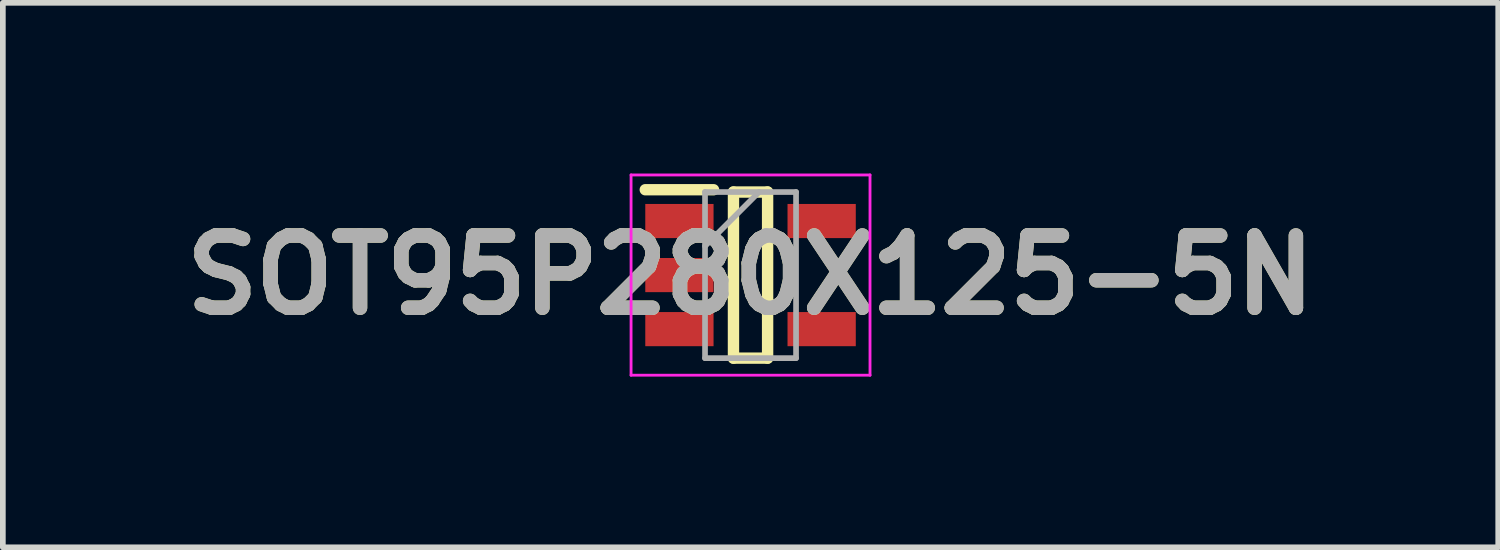
<source format=kicad_pcb>
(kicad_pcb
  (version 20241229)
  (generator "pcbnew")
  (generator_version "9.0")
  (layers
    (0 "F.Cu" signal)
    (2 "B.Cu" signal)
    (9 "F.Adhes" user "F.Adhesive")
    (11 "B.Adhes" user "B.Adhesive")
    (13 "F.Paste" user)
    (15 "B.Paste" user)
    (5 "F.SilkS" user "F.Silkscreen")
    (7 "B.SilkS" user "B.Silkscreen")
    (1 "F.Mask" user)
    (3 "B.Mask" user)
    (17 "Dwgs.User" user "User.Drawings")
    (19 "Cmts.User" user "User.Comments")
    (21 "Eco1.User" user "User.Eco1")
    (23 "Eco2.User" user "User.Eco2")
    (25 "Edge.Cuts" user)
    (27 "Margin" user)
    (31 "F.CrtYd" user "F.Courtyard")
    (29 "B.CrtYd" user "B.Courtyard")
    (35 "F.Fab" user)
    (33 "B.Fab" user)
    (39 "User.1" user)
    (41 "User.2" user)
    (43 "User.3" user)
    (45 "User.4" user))
  (footprint "SOT95P280X125-5N"
    (layer "F.Cu")
    (at 10.142 1.785)
    (property "Reference" "SOT95P280X125-5N" (at 0 0 0) (layer "F.SilkS") (effects (font (size 1.27 1.27) (thickness 0.254))))
    (attr smd)
    (fp_line (start -1.85 -1.5) (end -0.65 -1.5) (stroke (width 0.2) (type solid)) (layer "F.SilkS"))
    (fp_line (start -0.3 -1.46) (end 0.3 -1.46) (stroke (width 0.2) (type solid)) (layer "F.SilkS"))
    (fp_line (start -0.3 1.46) (end -0.3 -1.46) (stroke (width 0.2) (type solid)) (layer "F.SilkS"))
    (fp_line (start 0.3 -1.46) (end 0.3 1.46) (stroke (width 0.2) (type solid)) (layer "F.SilkS"))
    (fp_line (start 0.3 1.46) (end -0.3 1.46) (stroke (width 0.2) (type solid)) (layer "F.SilkS"))
    (fp_line (start -2.1 -1.76) (end 2.1 -1.76) (stroke (width 0.05) (type solid)) (layer "F.CrtYd"))
    (fp_line (start -2.1 1.76) (end -2.1 -1.76) (stroke (width 0.05) (type solid)) (layer "F.CrtYd"))
    (fp_line (start 2.1 -1.76) (end 2.1 1.76) (stroke (width 0.05) (type solid)) (layer "F.CrtYd"))
    (fp_line (start 2.1 1.76) (end -2.1 1.76) (stroke (width 0.05) (type solid)) (layer "F.CrtYd"))
    (fp_line (start -0.8 -1.46) (end 0.8 -1.46) (stroke (width 0.1) (type solid)) (layer "F.Fab"))
    (fp_line (start -0.8 -0.51) (end 0.15 -1.46) (stroke (width 0.1) (type solid)) (layer "F.Fab"))
    (fp_line (start -0.8 1.46) (end -0.8 -1.46) (stroke (width 0.1) (type solid)) (layer "F.Fab"))
    (fp_line (start 0.8 -1.46) (end 0.8 1.46) (stroke (width 0.1) (type solid)) (layer "F.Fab"))
    (fp_line (start 0.8 1.46) (end -0.8 1.46) (stroke (width 0.1) (type solid)) (layer "F.Fab"))
    (fp_text user "${REFERENCE}" (at 0 0 0) (layer "F.Fab") (effects (font (size 1.27 1.27) (thickness 0.254))))
    (pad "1" smd rect (at -1.25 -0.95 90) (size 0.6 1.2) (layers "F.Cu" "F.Mask" "F.Paste"))
    (pad "2" smd rect (at -1.25 0 90) (size 0.6 1.2) (layers "F.Cu" "F.Mask" "F.Paste"))
    (pad "3" smd rect (at -1.25 0.95 90) (size 0.6 1.2) (layers "F.Cu" "F.Mask" "F.Paste"))
    (pad "4" smd rect (at 1.25 0.95 90) (size 0.6 1.2) (layers "F.Cu" "F.Mask" "F.Paste"))
    (pad "5" smd rect (at 1.25 -0.95 90) (size 0.6 1.2) (layers "F.Cu" "F.Mask" "F.Paste")))
  (gr_rect
    (start -3 -3)
    (end 23.284 6.57)
    (stroke (width 0.1) (type default))
    (fill no)
    (layer "Edge.Cuts")))
</source>
